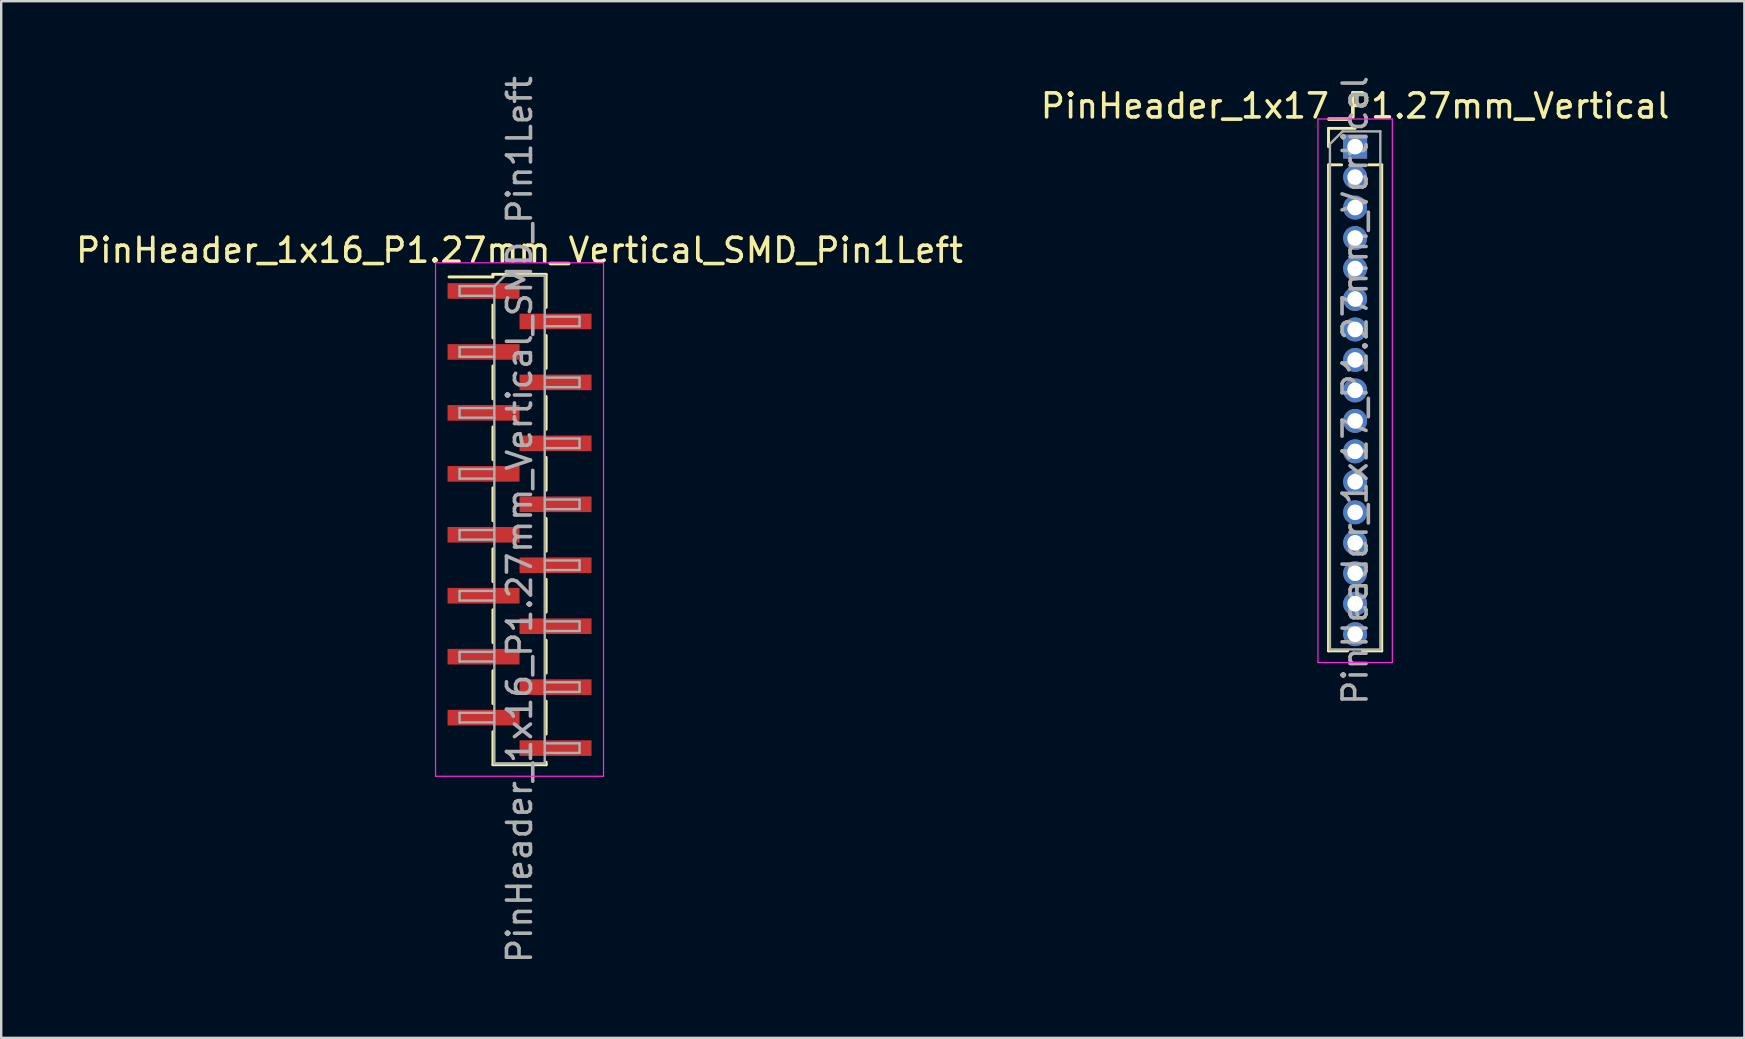
<source format=kicad_pcb>
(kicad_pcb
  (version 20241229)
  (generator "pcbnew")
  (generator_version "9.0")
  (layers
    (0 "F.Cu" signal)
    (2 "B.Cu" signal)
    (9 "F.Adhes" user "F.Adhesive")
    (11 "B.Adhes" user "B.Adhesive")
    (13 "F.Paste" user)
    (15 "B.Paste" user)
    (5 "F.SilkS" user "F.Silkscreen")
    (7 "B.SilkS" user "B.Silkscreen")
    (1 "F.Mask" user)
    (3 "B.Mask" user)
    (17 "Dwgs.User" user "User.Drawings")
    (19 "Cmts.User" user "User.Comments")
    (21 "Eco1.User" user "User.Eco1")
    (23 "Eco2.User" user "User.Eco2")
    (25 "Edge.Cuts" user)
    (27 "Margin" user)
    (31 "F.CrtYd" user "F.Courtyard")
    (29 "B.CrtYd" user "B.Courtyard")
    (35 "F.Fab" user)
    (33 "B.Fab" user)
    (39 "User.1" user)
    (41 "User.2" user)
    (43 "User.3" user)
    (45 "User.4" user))
  (footprint "PinHeader_1x16_P1.27mm_Vertical_SMD_Pin1Left"
    (layer "F.Cu")
    (at 18.601 18.601)
    (property "Reference" "PinHeader_1x16_P1.27mm_Vertical_SMD_Pin1Left" (at 0 -11.22 0) (layer "F.SilkS") (effects (font (size 1 1) (thickness 0.15))))
    (attr smd)
    (fp_line (start -1.11 -10.22) (end -1.11 -10.11) (stroke (width 0.12) (type solid)) (layer "F.SilkS"))
    (fp_line (start -1.11 -10.22) (end 1.11 -10.22) (stroke (width 0.12) (type solid)) (layer "F.SilkS"))
    (fp_line (start -1.11 -10.11) (end -2.94 -10.11) (stroke (width 0.12) (type solid)) (layer "F.SilkS"))
    (fp_line (start -1.11 -8.94) (end -1.11 -7.57) (stroke (width 0.12) (type solid)) (layer "F.SilkS"))
    (fp_line (start -1.11 -6.4) (end -1.11 -5.03) (stroke (width 0.12) (type solid)) (layer "F.SilkS"))
    (fp_line (start -1.11 -3.86) (end -1.11 -2.49) (stroke (width 0.12) (type solid)) (layer "F.SilkS"))
    (fp_line (start -1.11 -1.32) (end -1.11 0.05) (stroke (width 0.12) (type solid)) (layer "F.SilkS"))
    (fp_line (start -1.11 1.22) (end -1.11 2.59) (stroke (width 0.12) (type solid)) (layer "F.SilkS"))
    (fp_line (start -1.11 3.76) (end -1.11 5.13) (stroke (width 0.12) (type solid)) (layer "F.SilkS"))
    (fp_line (start -1.11 6.3) (end -1.11 7.67) (stroke (width 0.12) (type solid)) (layer "F.SilkS"))
    (fp_line (start -1.11 8.84) (end -1.11 10.21) (stroke (width 0.12) (type solid)) (layer "F.SilkS"))
    (fp_line (start -1.11 10.22) (end 1.11 10.22) (stroke (width 0.12) (type solid)) (layer "F.SilkS"))
    (fp_line (start 1.11 -10.21) (end 1.11 -8.84) (stroke (width 0.12) (type solid)) (layer "F.SilkS"))
    (fp_line (start 1.11 -7.67) (end 1.11 -6.3) (stroke (width 0.12) (type solid)) (layer "F.SilkS"))
    (fp_line (start 1.11 -5.13) (end 1.11 -3.76) (stroke (width 0.12) (type solid)) (layer "F.SilkS"))
    (fp_line (start 1.11 -2.59) (end 1.11 -1.22) (stroke (width 0.12) (type solid)) (layer "F.SilkS"))
    (fp_line (start 1.11 -0.05) (end 1.11 1.32) (stroke (width 0.12) (type solid)) (layer "F.SilkS"))
    (fp_line (start 1.11 2.49) (end 1.11 3.86) (stroke (width 0.12) (type solid)) (layer "F.SilkS"))
    (fp_line (start 1.11 5.03) (end 1.11 6.4) (stroke (width 0.12) (type solid)) (layer "F.SilkS"))
    (fp_line (start 1.11 7.57) (end 1.11 8.94) (stroke (width 0.12) (type solid)) (layer "F.SilkS"))
    (fp_line (start 1.11 10.11) (end 1.11 10.22) (stroke (width 0.12) (type solid)) (layer "F.SilkS"))
    (fp_line (start -3.5 -10.7) (end -3.5 10.7) (stroke (width 0.05) (type solid)) (layer "F.CrtYd"))
    (fp_line (start -3.5 10.7) (end 3.5 10.7) (stroke (width 0.05) (type solid)) (layer "F.CrtYd"))
    (fp_line (start 3.5 -10.7) (end -3.5 -10.7) (stroke (width 0.05) (type solid)) (layer "F.CrtYd"))
    (fp_line (start 3.5 10.7) (end 3.5 -10.7) (stroke (width 0.05) (type solid)) (layer "F.CrtYd"))
    (fp_line (start -2.5 -9.725) (end -2.5 -9.325) (stroke (width 0.1) (type solid)) (layer "F.Fab"))
    (fp_line (start -2.5 -9.325) (end -1.05 -9.325) (stroke (width 0.1) (type solid)) (layer "F.Fab"))
    (fp_line (start -2.5 -7.185) (end -2.5 -6.785) (stroke (width 0.1) (type solid)) (layer "F.Fab"))
    (fp_line (start -2.5 -6.785) (end -1.05 -6.785) (stroke (width 0.1) (type solid)) (layer "F.Fab"))
    (fp_line (start -2.5 -4.645) (end -2.5 -4.245) (stroke (width 0.1) (type solid)) (layer "F.Fab"))
    (fp_line (start -2.5 -4.245) (end -1.05 -4.245) (stroke (width 0.1) (type solid)) (layer "F.Fab"))
    (fp_line (start -2.5 -2.105) (end -2.5 -1.705) (stroke (width 0.1) (type solid)) (layer "F.Fab"))
    (fp_line (start -2.5 -1.705) (end -1.05 -1.705) (stroke (width 0.1) (type solid)) (layer "F.Fab"))
    (fp_line (start -2.5 0.435) (end -2.5 0.835) (stroke (width 0.1) (type solid)) (layer "F.Fab"))
    (fp_line (start -2.5 0.835) (end -1.05 0.835) (stroke (width 0.1) (type solid)) (layer "F.Fab"))
    (fp_line (start -2.5 2.975) (end -2.5 3.375) (stroke (width 0.1) (type solid)) (layer "F.Fab"))
    (fp_line (start -2.5 3.375) (end -1.05 3.375) (stroke (width 0.1) (type solid)) (layer "F.Fab"))
    (fp_line (start -2.5 5.515) (end -2.5 5.915) (stroke (width 0.1) (type solid)) (layer "F.Fab"))
    (fp_line (start -2.5 5.915) (end -1.05 5.915) (stroke (width 0.1) (type solid)) (layer "F.Fab"))
    (fp_line (start -2.5 8.055) (end -2.5 8.455) (stroke (width 0.1) (type solid)) (layer "F.Fab"))
    (fp_line (start -2.5 8.455) (end -1.05 8.455) (stroke (width 0.1) (type solid)) (layer "F.Fab"))
    (fp_line (start -1.05 -9.725) (end -2.5 -9.725) (stroke (width 0.1) (type solid)) (layer "F.Fab"))
    (fp_line (start -1.05 -9.725) (end -0.615 -10.16) (stroke (width 0.1) (type solid)) (layer "F.Fab"))
    (fp_line (start -1.05 -7.185) (end -2.5 -7.185) (stroke (width 0.1) (type solid)) (layer "F.Fab"))
    (fp_line (start -1.05 -4.645) (end -2.5 -4.645) (stroke (width 0.1) (type solid)) (layer "F.Fab"))
    (fp_line (start -1.05 -2.105) (end -2.5 -2.105) (stroke (width 0.1) (type solid)) (layer "F.Fab"))
    (fp_line (start -1.05 0.435) (end -2.5 0.435) (stroke (width 0.1) (type solid)) (layer "F.Fab"))
    (fp_line (start -1.05 2.975) (end -2.5 2.975) (stroke (width 0.1) (type solid)) (layer "F.Fab"))
    (fp_line (start -1.05 5.515) (end -2.5 5.515) (stroke (width 0.1) (type solid)) (layer "F.Fab"))
    (fp_line (start -1.05 8.055) (end -2.5 8.055) (stroke (width 0.1) (type solid)) (layer "F.Fab"))
    (fp_line (start -1.05 10.16) (end -1.05 -9.725) (stroke (width 0.1) (type solid)) (layer "F.Fab"))
    (fp_line (start -0.615 -10.16) (end 1.05 -10.16) (stroke (width 0.1) (type solid)) (layer "F.Fab"))
    (fp_line (start 1.05 -10.16) (end 1.05 10.16) (stroke (width 0.1) (type solid)) (layer "F.Fab"))
    (fp_line (start 1.05 -8.455) (end 2.5 -8.455) (stroke (width 0.1) (type solid)) (layer "F.Fab"))
    (fp_line (start 1.05 -5.915) (end 2.5 -5.915) (stroke (width 0.1) (type solid)) (layer "F.Fab"))
    (fp_line (start 1.05 -3.375) (end 2.5 -3.375) (stroke (width 0.1) (type solid)) (layer "F.Fab"))
    (fp_line (start 1.05 -0.835) (end 2.5 -0.835) (stroke (width 0.1) (type solid)) (layer "F.Fab"))
    (fp_line (start 1.05 1.705) (end 2.5 1.705) (stroke (width 0.1) (type solid)) (layer "F.Fab"))
    (fp_line (start 1.05 4.245) (end 2.5 4.245) (stroke (width 0.1) (type solid)) (layer "F.Fab"))
    (fp_line (start 1.05 6.785) (end 2.5 6.785) (stroke (width 0.1) (type solid)) (layer "F.Fab"))
    (fp_line (start 1.05 9.325) (end 2.5 9.325) (stroke (width 0.1) (type solid)) (layer "F.Fab"))
    (fp_line (start 1.05 10.16) (end -1.05 10.16) (stroke (width 0.1) (type solid)) (layer "F.Fab"))
    (fp_line (start 2.5 -8.455) (end 2.5 -8.055) (stroke (width 0.1) (type solid)) (layer "F.Fab"))
    (fp_line (start 2.5 -8.055) (end 1.05 -8.055) (stroke (width 0.1) (type solid)) (layer "F.Fab"))
    (fp_line (start 2.5 -5.915) (end 2.5 -5.515) (stroke (width 0.1) (type solid)) (layer "F.Fab"))
    (fp_line (start 2.5 -5.515) (end 1.05 -5.515) (stroke (width 0.1) (type solid)) (layer "F.Fab"))
    (fp_line (start 2.5 -3.375) (end 2.5 -2.975) (stroke (width 0.1) (type solid)) (layer "F.Fab"))
    (fp_line (start 2.5 -2.975) (end 1.05 -2.975) (stroke (width 0.1) (type solid)) (layer "F.Fab"))
    (fp_line (start 2.5 -0.835) (end 2.5 -0.435) (stroke (width 0.1) (type solid)) (layer "F.Fab"))
    (fp_line (start 2.5 -0.435) (end 1.05 -0.435) (stroke (width 0.1) (type solid)) (layer "F.Fab"))
    (fp_line (start 2.5 1.705) (end 2.5 2.105) (stroke (width 0.1) (type solid)) (layer "F.Fab"))
    (fp_line (start 2.5 2.105) (end 1.05 2.105) (stroke (width 0.1) (type solid)) (layer "F.Fab"))
    (fp_line (start 2.5 4.245) (end 2.5 4.645) (stroke (width 0.1) (type solid)) (layer "F.Fab"))
    (fp_line (start 2.5 4.645) (end 1.05 4.645) (stroke (width 0.1) (type solid)) (layer "F.Fab"))
    (fp_line (start 2.5 6.785) (end 2.5 7.185) (stroke (width 0.1) (type solid)) (layer "F.Fab"))
    (fp_line (start 2.5 7.185) (end 1.05 7.185) (stroke (width 0.1) (type solid)) (layer "F.Fab"))
    (fp_line (start 2.5 9.325) (end 2.5 9.725) (stroke (width 0.1) (type solid)) (layer "F.Fab"))
    (fp_line (start 2.5 9.725) (end 1.05 9.725) (stroke (width 0.1) (type solid)) (layer "F.Fab"))
    (fp_text user "${REFERENCE}" (at 0 0 90) (layer "F.Fab") (effects (font (size 1 1) (thickness 0.15))))
    (pad "1" smd rect (at -1.5 -9.525) (size 3 0.65) (layers "F.Cu" "F.Mask" "F.Paste"))
    (pad "2" smd rect (at 1.5 -8.255) (size 3 0.65) (layers "F.Cu" "F.Mask" "F.Paste"))
    (pad "3" smd rect (at -1.5 -6.985) (size 3 0.65) (layers "F.Cu" "F.Mask" "F.Paste"))
    (pad "4" smd rect (at 1.5 -5.715) (size 3 0.65) (layers "F.Cu" "F.Mask" "F.Paste"))
    (pad "5" smd rect (at -1.5 -4.445) (size 3 0.65) (layers "F.Cu" "F.Mask" "F.Paste"))
    (pad "6" smd rect (at 1.5 -3.175) (size 3 0.65) (layers "F.Cu" "F.Mask" "F.Paste"))
    (pad "7" smd rect (at -1.5 -1.905) (size 3 0.65) (layers "F.Cu" "F.Mask" "F.Paste"))
    (pad "8" smd rect (at 1.5 -0.635) (size 3 0.65) (layers "F.Cu" "F.Mask" "F.Paste"))
    (pad "9" smd rect (at -1.5 0.635) (size 3 0.65) (layers "F.Cu" "F.Mask" "F.Paste"))
    (pad "10" smd rect (at 1.5 1.905) (size 3 0.65) (layers "F.Cu" "F.Mask" "F.Paste"))
    (pad "11" smd rect (at -1.5 3.175) (size 3 0.65) (layers "F.Cu" "F.Mask" "F.Paste"))
    (pad "12" smd rect (at 1.5 4.445) (size 3 0.65) (layers "F.Cu" "F.Mask" "F.Paste"))
    (pad "13" smd rect (at -1.5 5.715) (size 3 0.65) (layers "F.Cu" "F.Mask" "F.Paste"))
    (pad "14" smd rect (at 1.5 6.985) (size 3 0.65) (layers "F.Cu" "F.Mask" "F.Paste"))
    (pad "15" smd rect (at -1.5 8.255) (size 3 0.65) (layers "F.Cu" "F.Mask" "F.Paste"))
    (pad "16" smd rect (at 1.5 9.525) (size 3 0.65) (layers "F.Cu" "F.Mask" "F.Paste")))
  (footprint "PinHeader_1x17_P1.27mm_Vertical"
    (layer "F.Cu")
    (at 53.423 3.06)
    (property "Reference" "PinHeader_1x17_P1.27mm_Vertical" (at 0 -1.695 0) (layer "F.SilkS") (effects (font (size 1 1) (thickness 0.15))))
    (attr through_hole)
    (fp_line (start -1.11 -0.76) (end 0 -0.76) (stroke (width 0.12) (type solid)) (layer "F.SilkS"))
    (fp_line (start -1.11 0) (end -1.11 -0.76) (stroke (width 0.12) (type solid)) (layer "F.SilkS"))
    (fp_line (start -1.11 0.76) (end -1.11 21.015) (stroke (width 0.12) (type solid)) (layer "F.SilkS"))
    (fp_line (start -1.11 0.76) (end -0.563 0.76) (stroke (width 0.12) (type solid)) (layer "F.SilkS"))
    (fp_line (start -1.11 21.015) (end -0.308 21.015) (stroke (width 0.12) (type solid)) (layer "F.SilkS"))
    (fp_line (start 0.308 21.015) (end 1.11 21.015) (stroke (width 0.12) (type solid)) (layer "F.SilkS"))
    (fp_line (start 0.563 0.76) (end 1.11 0.76) (stroke (width 0.12) (type solid)) (layer "F.SilkS"))
    (fp_line (start 1.11 0.76) (end 1.11 21.015) (stroke (width 0.12) (type solid)) (layer "F.SilkS"))
    (fp_line (start -1.55 -1.15) (end -1.55 21.5) (stroke (width 0.05) (type solid)) (layer "F.CrtYd"))
    (fp_line (start -1.55 21.5) (end 1.55 21.5) (stroke (width 0.05) (type solid)) (layer "F.CrtYd"))
    (fp_line (start 1.55 -1.15) (end -1.55 -1.15) (stroke (width 0.05) (type solid)) (layer "F.CrtYd"))
    (fp_line (start 1.55 21.5) (end 1.55 -1.15) (stroke (width 0.05) (type solid)) (layer "F.CrtYd"))
    (fp_line (start -1.05 -0.11) (end -0.525 -0.635) (stroke (width 0.1) (type solid)) (layer "F.Fab"))
    (fp_line (start -1.05 20.955) (end -1.05 -0.11) (stroke (width 0.1) (type solid)) (layer "F.Fab"))
    (fp_line (start -0.525 -0.635) (end 1.05 -0.635) (stroke (width 0.1) (type solid)) (layer "F.Fab"))
    (fp_line (start 1.05 -0.635) (end 1.05 20.955) (stroke (width 0.1) (type solid)) (layer "F.Fab"))
    (fp_line (start 1.05 20.955) (end -1.05 20.955) (stroke (width 0.1) (type solid)) (layer "F.Fab"))
    (fp_text user "${REFERENCE}" (at 0 10.16 90) (layer "F.Fab") (effects (font (size 1 1) (thickness 0.15))))
    (pad "1" thru_hole rect (at 0 0) (size 1 1) (drill 0.65) (layers "*.Cu" "*.Mask"))
    (pad "2" thru_hole oval (at 0 1.27) (size 1 1) (drill 0.65) (layers "*.Cu" "*.Mask"))
    (pad "3" thru_hole oval (at 0 2.54) (size 1 1) (drill 0.65) (layers "*.Cu" "*.Mask"))
    (pad "4" thru_hole oval (at 0 3.81) (size 1 1) (drill 0.65) (layers "*.Cu" "*.Mask"))
    (pad "5" thru_hole oval (at 0 5.08) (size 1 1) (drill 0.65) (layers "*.Cu" "*.Mask"))
    (pad "6" thru_hole oval (at 0 6.35) (size 1 1) (drill 0.65) (layers "*.Cu" "*.Mask"))
    (pad "7" thru_hole oval (at 0 7.62) (size 1 1) (drill 0.65) (layers "*.Cu" "*.Mask"))
    (pad "8" thru_hole oval (at 0 8.89) (size 1 1) (drill 0.65) (layers "*.Cu" "*.Mask"))
    (pad "9" thru_hole oval (at 0 10.16) (size 1 1) (drill 0.65) (layers "*.Cu" "*.Mask"))
    (pad "10" thru_hole oval (at 0 11.43) (size 1 1) (drill 0.65) (layers "*.Cu" "*.Mask"))
    (pad "11" thru_hole oval (at 0 12.7) (size 1 1) (drill 0.65) (layers "*.Cu" "*.Mask"))
    (pad "12" thru_hole oval (at 0 13.97) (size 1 1) (drill 0.65) (layers "*.Cu" "*.Mask"))
    (pad "13" thru_hole oval (at 0 15.24) (size 1 1) (drill 0.65) (layers "*.Cu" "*.Mask"))
    (pad "14" thru_hole oval (at 0 16.51) (size 1 1) (drill 0.65) (layers "*.Cu" "*.Mask"))
    (pad "15" thru_hole oval (at 0 17.78) (size 1 1) (drill 0.65) (layers "*.Cu" "*.Mask"))
    (pad "16" thru_hole oval (at 0 19.05) (size 1 1) (drill 0.65) (layers "*.Cu" "*.Mask"))
    (pad "17" thru_hole oval (at 0 20.32) (size 1 1) (drill 0.65) (layers "*.Cu" "*.Mask")))
  (gr_rect
    (start -3 -3)
    (end 69.643 40.202)
    (stroke (width 0.1) (type default))
    (fill no)
    (layer "Edge.Cuts")))
</source>
